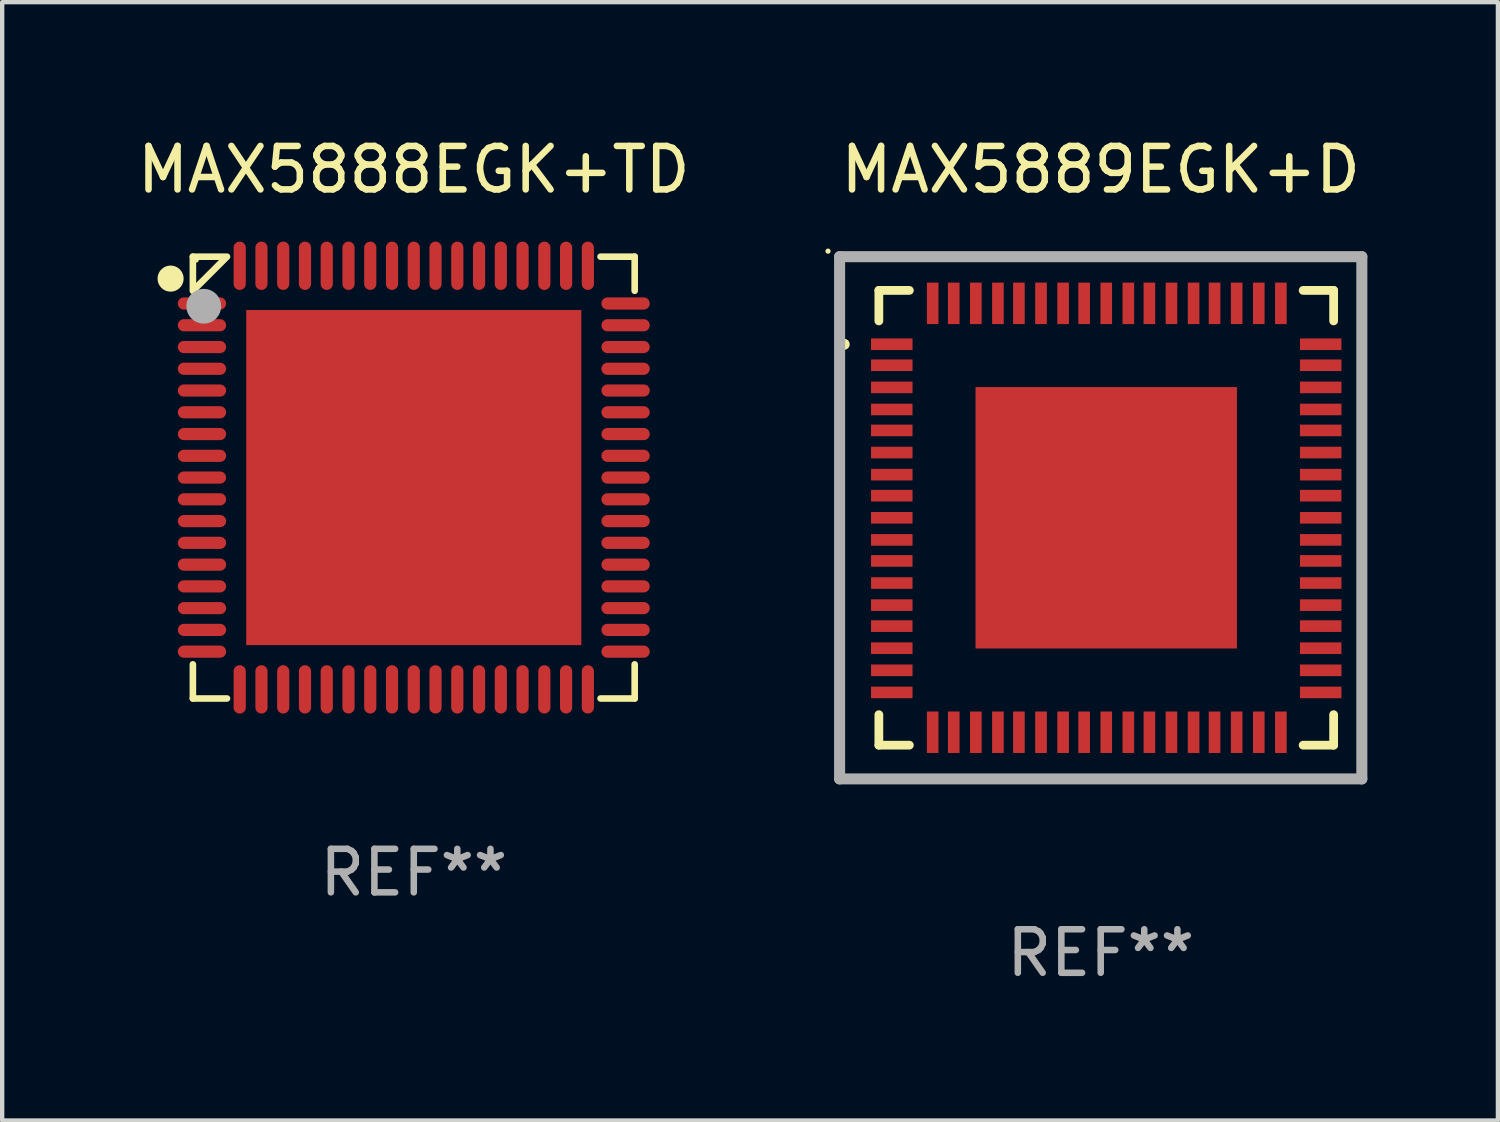
<source format=kicad_pcb>
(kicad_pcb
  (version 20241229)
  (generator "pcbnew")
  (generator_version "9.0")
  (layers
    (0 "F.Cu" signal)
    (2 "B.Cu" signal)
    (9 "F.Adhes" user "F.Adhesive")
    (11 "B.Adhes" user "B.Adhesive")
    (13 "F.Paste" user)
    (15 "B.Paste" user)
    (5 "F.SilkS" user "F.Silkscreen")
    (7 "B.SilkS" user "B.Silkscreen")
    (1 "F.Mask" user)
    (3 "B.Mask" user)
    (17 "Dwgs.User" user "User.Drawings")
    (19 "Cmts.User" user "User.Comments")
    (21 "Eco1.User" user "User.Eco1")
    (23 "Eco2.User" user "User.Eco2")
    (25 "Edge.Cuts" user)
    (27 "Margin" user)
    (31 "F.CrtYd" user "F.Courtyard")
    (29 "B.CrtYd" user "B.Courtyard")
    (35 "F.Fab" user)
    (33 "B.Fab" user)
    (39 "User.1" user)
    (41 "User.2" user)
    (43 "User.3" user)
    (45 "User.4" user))
  (footprint "MAX5889EGK+D"
    (layer "F.Cu")
    (at 22.243 8.848)
    (property "Reference" "MAX5889EGK+D" (at 0 -8 0) (layer "F.SilkS") (effects (font (size 1 1) (thickness 0.15))))
    (attr through_hole)
    (fp_line (start -5.098 -5.225) (end -4.397 -5.225) (stroke (width 0.201) (type solid)) (layer "F.SilkS"))
    (fp_line (start -5.098 -4.524) (end -5.098 -5.225) (stroke (width 0.201) (type solid)) (layer "F.SilkS"))
    (fp_line (start -5.098 5.225) (end -5.098 4.524) (stroke (width 0.201) (type solid)) (layer "F.SilkS"))
    (fp_line (start -4.397 5.225) (end -5.098 5.225) (stroke (width 0.201) (type solid)) (layer "F.SilkS"))
    (fp_line (start 4.651 -5.225) (end 5.352 -5.225) (stroke (width 0.201) (type solid)) (layer "F.SilkS"))
    (fp_line (start 4.651 5.225) (end 5.352 5.225) (stroke (width 0.201) (type solid)) (layer "F.SilkS"))
    (fp_line (start 5.352 -5.225) (end 5.352 -4.524) (stroke (width 0.201) (type solid)) (layer "F.SilkS"))
    (fp_line (start 5.352 5.225) (end 5.352 4.524) (stroke (width 0.201) (type solid)) (layer "F.SilkS"))
    (fp_arc (start -5.892812 -3.985268) (mid -5.892818 -3.986538) (end -5.892812 -3.987808) (stroke (width 0.24892) (type solid)) (layer "F.SilkS"))
    (fp_circle (center -6.266 -6.127) (end -6.236 -6.127) (stroke (width 0.06) (type solid)) (fill no) (layer "F.SilkS"))
    (fp_line (start -6 -6) (end 6 -6) (stroke (width 0.254) (type solid)) (layer "F.Fab"))
    (fp_line (start -6 6) (end -6 -6) (stroke (width 0.254) (type solid)) (layer "F.Fab"))
    (fp_line (start 6 -6) (end 6 6) (stroke (width 0.254) (type solid)) (layer "F.Fab"))
    (fp_line (start 6 6) (end -6 6) (stroke (width 0.254) (type solid)) (layer "F.Fab"))
    (fp_text user "REF**" (at 0 10 0) (layer "F.Fab") (effects (font (size 1 1) (thickness 0.15))))
    (pad "1" smd rect (at -4.801 -3.988 90) (size 0.267 0.953) (layers "F.Cu" "F.Mask" "F.Paste"))
    (pad "2" smd rect (at -4.801 -3.505 90) (size 0.267 0.953) (layers "F.Cu" "F.Mask" "F.Paste"))
    (pad "3" smd rect (at -4.801 -2.997 90) (size 0.267 0.953) (layers "F.Cu" "F.Mask" "F.Paste"))
    (pad "4" smd rect (at -4.801 -2.489 90) (size 0.267 0.953) (layers "F.Cu" "F.Mask" "F.Paste"))
    (pad "5" smd rect (at -4.801 -2.007 90) (size 0.267 0.953) (layers "F.Cu" "F.Mask" "F.Paste"))
    (pad "6" smd rect (at -4.801 -1.499 90) (size 0.267 0.953) (layers "F.Cu" "F.Mask" "F.Paste"))
    (pad "7" smd rect (at -4.801 -0.991 90) (size 0.267 0.953) (layers "F.Cu" "F.Mask" "F.Paste"))
    (pad "8" smd rect (at -4.801 -0.508 90) (size 0.267 0.953) (layers "F.Cu" "F.Mask" "F.Paste"))
    (pad "9" smd rect (at -4.801 0 90) (size 0.267 0.953) (layers "F.Cu" "F.Mask" "F.Paste"))
    (pad "10" smd rect (at -4.801 0.508 90) (size 0.267 0.953) (layers "F.Cu" "F.Mask" "F.Paste"))
    (pad "11" smd rect (at -4.801 0.991 90) (size 0.267 0.953) (layers "F.Cu" "F.Mask" "F.Paste"))
    (pad "12" smd rect (at -4.801 1.499 90) (size 0.267 0.953) (layers "F.Cu" "F.Mask" "F.Paste"))
    (pad "13" smd rect (at -4.801 2.007 90) (size 0.267 0.953) (layers "F.Cu" "F.Mask" "F.Paste"))
    (pad "14" smd rect (at -4.801 2.489 90) (size 0.267 0.953) (layers "F.Cu" "F.Mask" "F.Paste"))
    (pad "15" smd rect (at -4.801 2.997 90) (size 0.267 0.953) (layers "F.Cu" "F.Mask" "F.Paste"))
    (pad "16" smd rect (at -4.801 3.505 90) (size 0.267 0.953) (layers "F.Cu" "F.Mask" "F.Paste"))
    (pad "17" smd rect (at -4.801 4.013 90) (size 0.267 0.953) (layers "F.Cu" "F.Mask" "F.Paste"))
    (pad "18" smd rect (at -3.861 4.928) (size 0.267 0.953) (layers "F.Cu" "F.Mask" "F.Paste"))
    (pad "19" smd rect (at -3.378 4.928) (size 0.267 0.953) (layers "F.Cu" "F.Mask" "F.Paste"))
    (pad "20" smd rect (at -2.87 4.928) (size 0.267 0.953) (layers "F.Cu" "F.Mask" "F.Paste"))
    (pad "21" smd rect (at -2.362 4.928) (size 0.267 0.953) (layers "F.Cu" "F.Mask" "F.Paste"))
    (pad "22" smd rect (at -1.88 4.928) (size 0.267 0.953) (layers "F.Cu" "F.Mask" "F.Paste"))
    (pad "23" smd rect (at -1.372 4.928) (size 0.267 0.953) (layers "F.Cu" "F.Mask" "F.Paste"))
    (pad "24" smd rect (at -0.864 4.928) (size 0.267 0.953) (layers "F.Cu" "F.Mask" "F.Paste"))
    (pad "25" smd rect (at -0.381 4.928) (size 0.267 0.953) (layers "F.Cu" "F.Mask" "F.Paste"))
    (pad "26" smd rect (at 0.127 4.928) (size 0.267 0.953) (layers "F.Cu" "F.Mask" "F.Paste"))
    (pad "27" smd rect (at 0.635 4.928) (size 0.267 0.953) (layers "F.Cu" "F.Mask" "F.Paste"))
    (pad "28" smd rect (at 1.118 4.928) (size 0.267 0.953) (layers "F.Cu" "F.Mask" "F.Paste"))
    (pad "29" smd rect (at 1.626 4.928) (size 0.267 0.953) (layers "F.Cu" "F.Mask" "F.Paste"))
    (pad "30" smd rect (at 2.134 4.928) (size 0.267 0.953) (layers "F.Cu" "F.Mask" "F.Paste"))
    (pad "31" smd rect (at 2.616 4.928) (size 0.267 0.953) (layers "F.Cu" "F.Mask" "F.Paste"))
    (pad "32" smd rect (at 3.124 4.928) (size 0.267 0.953) (layers "F.Cu" "F.Mask" "F.Paste"))
    (pad "33" smd rect (at 3.632 4.928) (size 0.267 0.953) (layers "F.Cu" "F.Mask" "F.Paste"))
    (pad "34" smd rect (at 4.14 4.928) (size 0.267 0.953) (layers "F.Cu" "F.Mask" "F.Paste"))
    (pad "35" smd rect (at 5.055 4.013 90) (size 0.267 0.953) (layers "F.Cu" "F.Mask" "F.Paste"))
    (pad "36" smd rect (at 5.055 3.505 90) (size 0.267 0.953) (layers "F.Cu" "F.Mask" "F.Paste"))
    (pad "37" smd rect (at 5.055 2.997 90) (size 0.267 0.953) (layers "F.Cu" "F.Mask" "F.Paste"))
    (pad "38" smd rect (at 5.055 2.489 90) (size 0.267 0.953) (layers "F.Cu" "F.Mask" "F.Paste"))
    (pad "39" smd rect (at 5.055 2.007 90) (size 0.267 0.953) (layers "F.Cu" "F.Mask" "F.Paste"))
    (pad "40" smd rect (at 5.055 1.499 90) (size 0.267 0.953) (layers "F.Cu" "F.Mask" "F.Paste"))
    (pad "41" smd rect (at 5.055 0.991 90) (size 0.267 0.953) (layers "F.Cu" "F.Mask" "F.Paste"))
    (pad "42" smd rect (at 5.055 0.508 90) (size 0.267 0.953) (layers "F.Cu" "F.Mask" "F.Paste"))
    (pad "43" smd rect (at 5.055 0 90) (size 0.267 0.953) (layers "F.Cu" "F.Mask" "F.Paste"))
    (pad "44" smd rect (at 5.055 -0.508 90) (size 0.267 0.953) (layers "F.Cu" "F.Mask" "F.Paste"))
    (pad "45" smd rect (at 5.055 -0.991 90) (size 0.267 0.953) (layers "F.Cu" "F.Mask" "F.Paste"))
    (pad "46" smd rect (at 5.055 -1.499 90) (size 0.267 0.953) (layers "F.Cu" "F.Mask" "F.Paste"))
    (pad "47" smd rect (at 5.055 -2.007 90) (size 0.267 0.953) (layers "F.Cu" "F.Mask" "F.Paste"))
    (pad "48" smd rect (at 5.055 -2.489 90) (size 0.267 0.953) (layers "F.Cu" "F.Mask" "F.Paste"))
    (pad "49" smd rect (at 5.055 -2.997 90) (size 0.267 0.953) (layers "F.Cu" "F.Mask" "F.Paste"))
    (pad "50" smd rect (at 5.055 -3.505 90) (size 0.267 0.953) (layers "F.Cu" "F.Mask" "F.Paste"))
    (pad "51" smd rect (at 5.055 -3.988 90) (size 0.267 0.953) (layers "F.Cu" "F.Mask" "F.Paste"))
    (pad "52" smd rect (at 4.14 -4.928) (size 0.267 0.953) (layers "F.Cu" "F.Mask" "F.Paste"))
    (pad "53" smd rect (at 3.632 -4.928) (size 0.267 0.953) (layers "F.Cu" "F.Mask" "F.Paste"))
    (pad "54" smd rect (at 3.124 -4.928) (size 0.267 0.953) (layers "F.Cu" "F.Mask" "F.Paste"))
    (pad "55" smd rect (at 2.616 -4.928) (size 0.267 0.953) (layers "F.Cu" "F.Mask" "F.Paste"))
    (pad "56" smd rect (at 2.134 -4.928) (size 0.267 0.953) (layers "F.Cu" "F.Mask" "F.Paste"))
    (pad "57" smd rect (at 1.626 -4.928) (size 0.267 0.953) (layers "F.Cu" "F.Mask" "F.Paste"))
    (pad "58" smd rect (at 1.118 -4.928) (size 0.267 0.953) (layers "F.Cu" "F.Mask" "F.Paste"))
    (pad "59" smd rect (at 0.635 -4.928) (size 0.267 0.953) (layers "F.Cu" "F.Mask" "F.Paste"))
    (pad "60" smd rect (at 0.127 -4.928) (size 0.267 0.953) (layers "F.Cu" "F.Mask" "F.Paste"))
    (pad "61" smd rect (at -0.381 -4.928) (size 0.267 0.953) (layers "F.Cu" "F.Mask" "F.Paste"))
    (pad "62" smd rect (at -0.864 -4.928) (size 0.267 0.953) (layers "F.Cu" "F.Mask" "F.Paste"))
    (pad "63" smd rect (at -1.372 -4.928) (size 0.267 0.953) (layers "F.Cu" "F.Mask" "F.Paste"))
    (pad "64" smd rect (at -1.88 -4.928) (size 0.267 0.953) (layers "F.Cu" "F.Mask" "F.Paste"))
    (pad "65" smd rect (at -2.362 -4.928) (size 0.267 0.953) (layers "F.Cu" "F.Mask" "F.Paste"))
    (pad "66" smd rect (at -2.87 -4.928) (size 0.267 0.953) (layers "F.Cu" "F.Mask" "F.Paste"))
    (pad "67" smd rect (at -3.378 -4.928) (size 0.267 0.953) (layers "F.Cu" "F.Mask" "F.Paste"))
    (pad "68" smd rect (at -3.861 -4.928) (size 0.267 0.953) (layers "F.Cu" "F.Mask" "F.Paste"))
    (pad "69" smd rect (at 0.127 0) (size 6.007 6.007) (layers "F.Cu" "F.Mask" "F.Paste")))
  (footprint "MAX5888EGK+TD"
    (layer "F.Cu")
    (at 6.458 7.924)
    (property "Reference" "MAX5888EGK+TD" (at 0 -7.076 0) (layer "F.SilkS") (effects (font (size 1 1) (thickness 0.15))))
    (attr through_hole)
    (fp_line (start -5.076 -5.076) (end -4.292 -5.076) (stroke (width 0.152) (type solid)) (layer "F.SilkS"))
    (fp_line (start -5.076 -4.292) (end -5.076 -5.076) (stroke (width 0.152) (type solid)) (layer "F.SilkS"))
    (fp_line (start -5.076 4.292) (end -5.076 5.076) (stroke (width 0.152) (type solid)) (layer "F.SilkS"))
    (fp_line (start -5.076 5.076) (end -4.292 5.076) (stroke (width 0.152) (type solid)) (layer "F.SilkS"))
    (fp_line (start -5.049 -4.319) (end -4.319 -5.049) (stroke (width 0.152) (type solid)) (layer "F.SilkS"))
    (fp_line (start 5.076 -5.076) (end 4.292 -5.076) (stroke (width 0.152) (type solid)) (layer "F.SilkS"))
    (fp_line (start 5.076 -4.292) (end 5.076 -5.076) (stroke (width 0.152) (type solid)) (layer "F.SilkS"))
    (fp_line (start 5.076 4.292) (end 5.076 5.076) (stroke (width 0.152) (type solid)) (layer "F.SilkS"))
    (fp_line (start 5.076 5.076) (end 4.292 5.076) (stroke (width 0.152) (type solid)) (layer "F.SilkS"))
    (fp_circle (center -5.588 -4.572) (end -5.438 -4.572) (stroke (width 0.3) (type solid)) (fill no) (layer "F.SilkS"))
    (fp_circle (center -5 -5) (end -4.97 -5) (stroke (width 0.06) (type solid)) (fill no) (layer "F.SilkS"))
    (fp_circle (center -4.826 -3.937) (end -4.626 -3.937) (stroke (width 0.4) (type solid)) (fill no) (layer "F.Fab"))
    (fp_text user "REF**" (at 0 9.076 0) (layer "F.Fab") (effects (font (size 1 1) (thickness 0.15))))
    (pad "1" smd oval (at -4.867 -4) (size 1.11 0.28) (layers "F.Cu" "F.Mask" "F.Paste"))
    (pad "2" smd oval (at -4.867 -3.5) (size 1.11 0.28) (layers "F.Cu" "F.Mask" "F.Paste"))
    (pad "3" smd oval (at -4.867 -3) (size 1.11 0.28) (layers "F.Cu" "F.Mask" "F.Paste"))
    (pad "4" smd oval (at -4.867 -2.5) (size 1.11 0.28) (layers "F.Cu" "F.Mask" "F.Paste"))
    (pad "5" smd oval (at -4.867 -2) (size 1.11 0.28) (layers "F.Cu" "F.Mask" "F.Paste"))
    (pad "6" smd oval (at -4.867 -1.5) (size 1.11 0.28) (layers "F.Cu" "F.Mask" "F.Paste"))
    (pad "7" smd oval (at -4.867 -1) (size 1.11 0.28) (layers "F.Cu" "F.Mask" "F.Paste"))
    (pad "8" smd oval (at -4.867 -0.5) (size 1.11 0.28) (layers "F.Cu" "F.Mask" "F.Paste"))
    (pad "9" smd oval (at -4.867 0) (size 1.11 0.28) (layers "F.Cu" "F.Mask" "F.Paste"))
    (pad "10" smd oval (at -4.867 0.5) (size 1.11 0.28) (layers "F.Cu" "F.Mask" "F.Paste"))
    (pad "11" smd oval (at -4.867 1) (size 1.11 0.28) (layers "F.Cu" "F.Mask" "F.Paste"))
    (pad "12" smd oval (at -4.867 1.5) (size 1.11 0.28) (layers "F.Cu" "F.Mask" "F.Paste"))
    (pad "13" smd oval (at -4.867 2) (size 1.11 0.28) (layers "F.Cu" "F.Mask" "F.Paste"))
    (pad "14" smd oval (at -4.867 2.5) (size 1.11 0.28) (layers "F.Cu" "F.Mask" "F.Paste"))
    (pad "15" smd oval (at -4.867 3) (size 1.11 0.28) (layers "F.Cu" "F.Mask" "F.Paste"))
    (pad "16" smd oval (at -4.867 3.5) (size 1.11 0.28) (layers "F.Cu" "F.Mask" "F.Paste"))
    (pad "17" smd oval (at -4.867 4) (size 1.11 0.28) (layers "F.Cu" "F.Mask" "F.Paste"))
    (pad "18" smd oval (at -4 4.867) (size 0.28 1.11) (layers "F.Cu" "F.Mask" "F.Paste"))
    (pad "19" smd oval (at -3.5 4.867) (size 0.28 1.11) (layers "F.Cu" "F.Mask" "F.Paste"))
    (pad "20" smd oval (at -3 4.867) (size 0.28 1.11) (layers "F.Cu" "F.Mask" "F.Paste"))
    (pad "21" smd oval (at -2.5 4.867) (size 0.28 1.11) (layers "F.Cu" "F.Mask" "F.Paste"))
    (pad "22" smd oval (at -2 4.867) (size 0.28 1.11) (layers "F.Cu" "F.Mask" "F.Paste"))
    (pad "23" smd oval (at -1.5 4.867) (size 0.28 1.11) (layers "F.Cu" "F.Mask" "F.Paste"))
    (pad "24" smd oval (at -1 4.867) (size 0.28 1.11) (layers "F.Cu" "F.Mask" "F.Paste"))
    (pad "25" smd oval (at -0.5 4.867) (size 0.28 1.11) (layers "F.Cu" "F.Mask" "F.Paste"))
    (pad "26" smd oval (at 0 4.867) (size 0.28 1.11) (layers "F.Cu" "F.Mask" "F.Paste"))
    (pad "27" smd oval (at 0.5 4.867) (size 0.28 1.11) (layers "F.Cu" "F.Mask" "F.Paste"))
    (pad "28" smd oval (at 1 4.867) (size 0.28 1.11) (layers "F.Cu" "F.Mask" "F.Paste"))
    (pad "29" smd oval (at 1.5 4.867) (size 0.28 1.11) (layers "F.Cu" "F.Mask" "F.Paste"))
    (pad "30" smd oval (at 2 4.867) (size 0.28 1.11) (layers "F.Cu" "F.Mask" "F.Paste"))
    (pad "31" smd oval (at 2.5 4.867) (size 0.28 1.11) (layers "F.Cu" "F.Mask" "F.Paste"))
    (pad "32" smd oval (at 3 4.867) (size 0.28 1.11) (layers "F.Cu" "F.Mask" "F.Paste"))
    (pad "33" smd oval (at 3.5 4.867) (size 0.28 1.11) (layers "F.Cu" "F.Mask" "F.Paste"))
    (pad "34" smd oval (at 4 4.867) (size 0.28 1.11) (layers "F.Cu" "F.Mask" "F.Paste"))
    (pad "35" smd oval (at 4.867 4) (size 1.11 0.28) (layers "F.Cu" "F.Mask" "F.Paste"))
    (pad "36" smd oval (at 4.867 3.5) (size 1.11 0.28) (layers "F.Cu" "F.Mask" "F.Paste"))
    (pad "37" smd oval (at 4.867 3) (size 1.11 0.28) (layers "F.Cu" "F.Mask" "F.Paste"))
    (pad "38" smd oval (at 4.867 2.5) (size 1.11 0.28) (layers "F.Cu" "F.Mask" "F.Paste"))
    (pad "39" smd oval (at 4.867 2) (size 1.11 0.28) (layers "F.Cu" "F.Mask" "F.Paste"))
    (pad "40" smd oval (at 4.867 1.5) (size 1.11 0.28) (layers "F.Cu" "F.Mask" "F.Paste"))
    (pad "41" smd oval (at 4.867 1) (size 1.11 0.28) (layers "F.Cu" "F.Mask" "F.Paste"))
    (pad "42" smd oval (at 4.867 0.5) (size 1.11 0.28) (layers "F.Cu" "F.Mask" "F.Paste"))
    (pad "43" smd oval (at 4.867 0) (size 1.11 0.28) (layers "F.Cu" "F.Mask" "F.Paste"))
    (pad "44" smd oval (at 4.867 -0.5) (size 1.11 0.28) (layers "F.Cu" "F.Mask" "F.Paste"))
    (pad "45" smd oval (at 4.867 -1) (size 1.11 0.28) (layers "F.Cu" "F.Mask" "F.Paste"))
    (pad "46" smd oval (at 4.867 -1.5) (size 1.11 0.28) (layers "F.Cu" "F.Mask" "F.Paste"))
    (pad "47" smd oval (at 4.867 -2) (size 1.11 0.28) (layers "F.Cu" "F.Mask" "F.Paste"))
    (pad "48" smd oval (at 4.867 -2.5) (size 1.11 0.28) (layers "F.Cu" "F.Mask" "F.Paste"))
    (pad "49" smd oval (at 4.867 -3) (size 1.11 0.28) (layers "F.Cu" "F.Mask" "F.Paste"))
    (pad "50" smd oval (at 4.867 -3.5) (size 1.11 0.28) (layers "F.Cu" "F.Mask" "F.Paste"))
    (pad "51" smd oval (at 4.867 -4) (size 1.11 0.28) (layers "F.Cu" "F.Mask" "F.Paste"))
    (pad "52" smd oval (at 4 -4.867) (size 0.28 1.11) (layers "F.Cu" "F.Mask" "F.Paste"))
    (pad "53" smd oval (at 3.5 -4.867) (size 0.28 1.11) (layers "F.Cu" "F.Mask" "F.Paste"))
    (pad "54" smd oval (at 3 -4.867) (size 0.28 1.11) (layers "F.Cu" "F.Mask" "F.Paste"))
    (pad "55" smd oval (at 2.5 -4.867) (size 0.28 1.11) (layers "F.Cu" "F.Mask" "F.Paste"))
    (pad "56" smd oval (at 2 -4.867) (size 0.28 1.11) (layers "F.Cu" "F.Mask" "F.Paste"))
    (pad "57" smd oval (at 1.5 -4.867) (size 0.28 1.11) (layers "F.Cu" "F.Mask" "F.Paste"))
    (pad "58" smd oval (at 1 -4.867) (size 0.28 1.11) (layers "F.Cu" "F.Mask" "F.Paste"))
    (pad "59" smd oval (at 0.5 -4.867) (size 0.28 1.11) (layers "F.Cu" "F.Mask" "F.Paste"))
    (pad "60" smd oval (at 0 -4.867) (size 0.28 1.11) (layers "F.Cu" "F.Mask" "F.Paste"))
    (pad "61" smd oval (at -0.5 -4.867) (size 0.28 1.11) (layers "F.Cu" "F.Mask" "F.Paste"))
    (pad "62" smd oval (at -1 -4.867) (size 0.28 1.11) (layers "F.Cu" "F.Mask" "F.Paste"))
    (pad "63" smd oval (at -1.5 -4.867) (size 0.28 1.11) (layers "F.Cu" "F.Mask" "F.Paste"))
    (pad "64" smd oval (at -2 -4.867) (size 0.28 1.11) (layers "F.Cu" "F.Mask" "F.Paste"))
    (pad "65" smd oval (at -2.5 -4.867) (size 0.28 1.11) (layers "F.Cu" "F.Mask" "F.Paste"))
    (pad "66" smd oval (at -3 -4.867) (size 0.28 1.11) (layers "F.Cu" "F.Mask" "F.Paste"))
    (pad "67" smd oval (at -3.5 -4.867) (size 0.28 1.11) (layers "F.Cu" "F.Mask" "F.Paste"))
    (pad "68" smd oval (at -4 -4.867) (size 0.28 1.11) (layers "F.Cu" "F.Mask" "F.Paste"))
    (pad "69" smd rect (at 0 0) (size 7.7 7.7) (layers "F.Cu" "F.Mask" "F.Paste")))
  (gr_rect
    (start -3 -3)
    (end 31.37 22.697)
    (stroke (width 0.1) (type default))
    (fill no)
    (layer "Edge.Cuts")))
</source>
